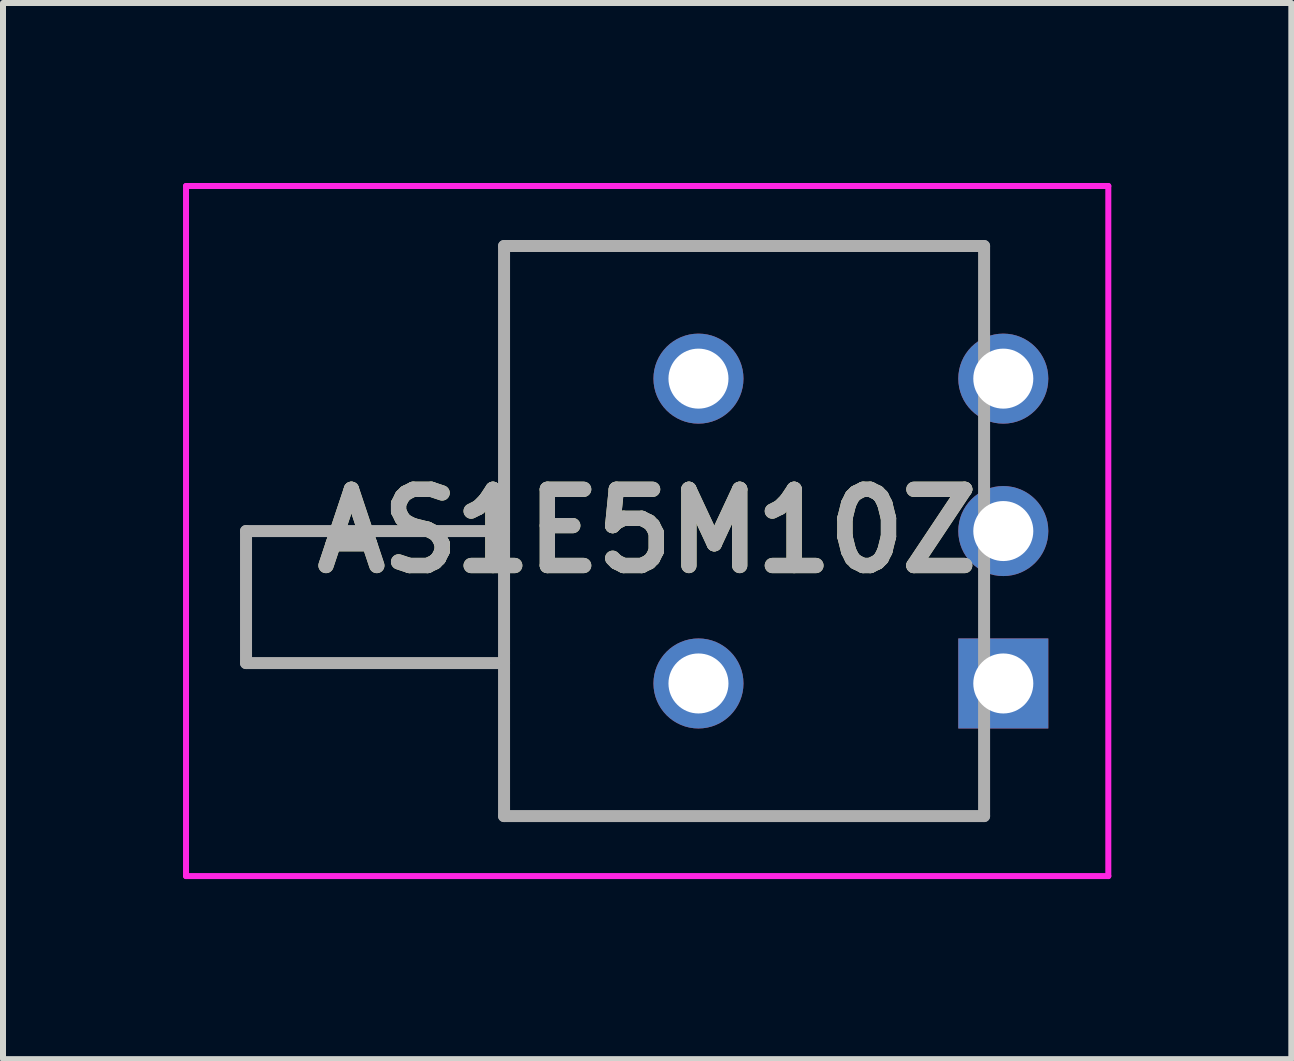
<source format=kicad_pcb>
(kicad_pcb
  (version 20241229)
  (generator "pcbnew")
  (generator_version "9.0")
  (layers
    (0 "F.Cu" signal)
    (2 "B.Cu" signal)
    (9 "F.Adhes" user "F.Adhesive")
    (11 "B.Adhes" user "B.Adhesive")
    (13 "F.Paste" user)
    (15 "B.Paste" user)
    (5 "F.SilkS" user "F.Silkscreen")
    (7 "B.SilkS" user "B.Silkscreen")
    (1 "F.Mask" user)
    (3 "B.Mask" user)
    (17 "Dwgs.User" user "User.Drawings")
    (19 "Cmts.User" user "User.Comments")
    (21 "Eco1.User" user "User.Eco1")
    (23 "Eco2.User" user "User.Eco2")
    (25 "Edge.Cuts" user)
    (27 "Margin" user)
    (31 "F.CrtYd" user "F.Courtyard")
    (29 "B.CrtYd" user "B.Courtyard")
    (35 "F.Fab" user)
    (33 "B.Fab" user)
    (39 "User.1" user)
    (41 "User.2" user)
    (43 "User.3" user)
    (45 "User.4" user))
  (footprint "AS1E5M10Z"
    (layer "F.Cu")
    (at 13.67 8.34)
    (property "Reference" "AS1E5M10Z" (at -5.935 -2.54 0) (layer "F.SilkS") (effects (font (size 1.27 1.27) (thickness 0.254))))
    (attr through_hole)
    (fp_line (start -8.32 -7.29) (end -8.32 2.21) (stroke (width 0.1) (type solid)) (layer "F.SilkS"))
    (fp_line (start -8.32 2.21) (end -0.32 2.21) (stroke (width 0.1) (type solid)) (layer "F.SilkS"))
    (fp_line (start -0.32 -7.29) (end -8.32 -7.29) (stroke (width 0.1) (type solid)) (layer "F.SilkS"))
    (fp_line (start -0.32 -6) (end -0.32 -7.29) (stroke (width 0.1) (type solid)) (layer "F.SilkS"))
    (fp_line (start -0.32 2.21) (end -0.32 1) (stroke (width 0.1) (type solid)) (layer "F.SilkS"))
    (fp_line (start -13.62 -8.29) (end 1.75 -8.29) (stroke (width 0.1) (type solid)) (layer "F.CrtYd"))
    (fp_line (start -13.62 3.21) (end -13.62 -8.29) (stroke (width 0.1) (type solid)) (layer "F.CrtYd"))
    (fp_line (start 1.75 -8.29) (end 1.75 3.21) (stroke (width 0.1) (type solid)) (layer "F.CrtYd"))
    (fp_line (start 1.75 3.21) (end -13.62 3.21) (stroke (width 0.1) (type solid)) (layer "F.CrtYd"))
    (fp_line (start -12.62 -2.54) (end -12.62 -0.34) (stroke (width 0.2) (type solid)) (layer "F.Fab"))
    (fp_line (start -12.62 -0.34) (end -8.32 -0.34) (stroke (width 0.2) (type solid)) (layer "F.Fab"))
    (fp_line (start -8.32 -7.29) (end -0.32 -7.29) (stroke (width 0.2) (type solid)) (layer "F.Fab"))
    (fp_line (start -8.32 -2.54) (end -12.62 -2.54) (stroke (width 0.2) (type solid)) (layer "F.Fab"))
    (fp_line (start -8.32 2.21) (end -8.32 -7.29) (stroke (width 0.2) (type solid)) (layer "F.Fab"))
    (fp_line (start -0.32 -7.29) (end -0.32 2.21) (stroke (width 0.2) (type solid)) (layer "F.Fab"))
    (fp_line (start -0.32 2.21) (end -8.32 2.21) (stroke (width 0.2) (type solid)) (layer "F.Fab"))
    (fp_text user "${REFERENCE}" (at -5.935 -2.54 0) (layer "F.Fab") (effects (font (size 1.27 1.27) (thickness 0.254))))
    (pad "1" thru_hole rect (at 0 0) (size 1.5 1.5) (drill 1) (layers "*.Cu" "*.Mask"))
    (pad "2" thru_hole circle (at 0 -2.54) (size 1.5 1.5) (drill 1) (layers "*.Cu" "*.Mask"))
    (pad "3" thru_hole circle (at 0 -5.08) (size 1.5 1.5) (drill 1) (layers "*.Cu" "*.Mask"))
    (pad "B1" thru_hole circle (at -5.08 0) (size 1.5 1.5) (drill 1) (layers "*.Cu" "*.Mask"))
    (pad "B2" thru_hole circle (at -5.08 -5.08) (size 1.5 1.5) (drill 1) (layers "*.Cu" "*.Mask")))
  (gr_rect
    (start -3 -3)
    (end 18.47 14.6)
    (stroke (width 0.1) (type default))
    (fill no)
    (layer "Edge.Cuts")))
</source>
